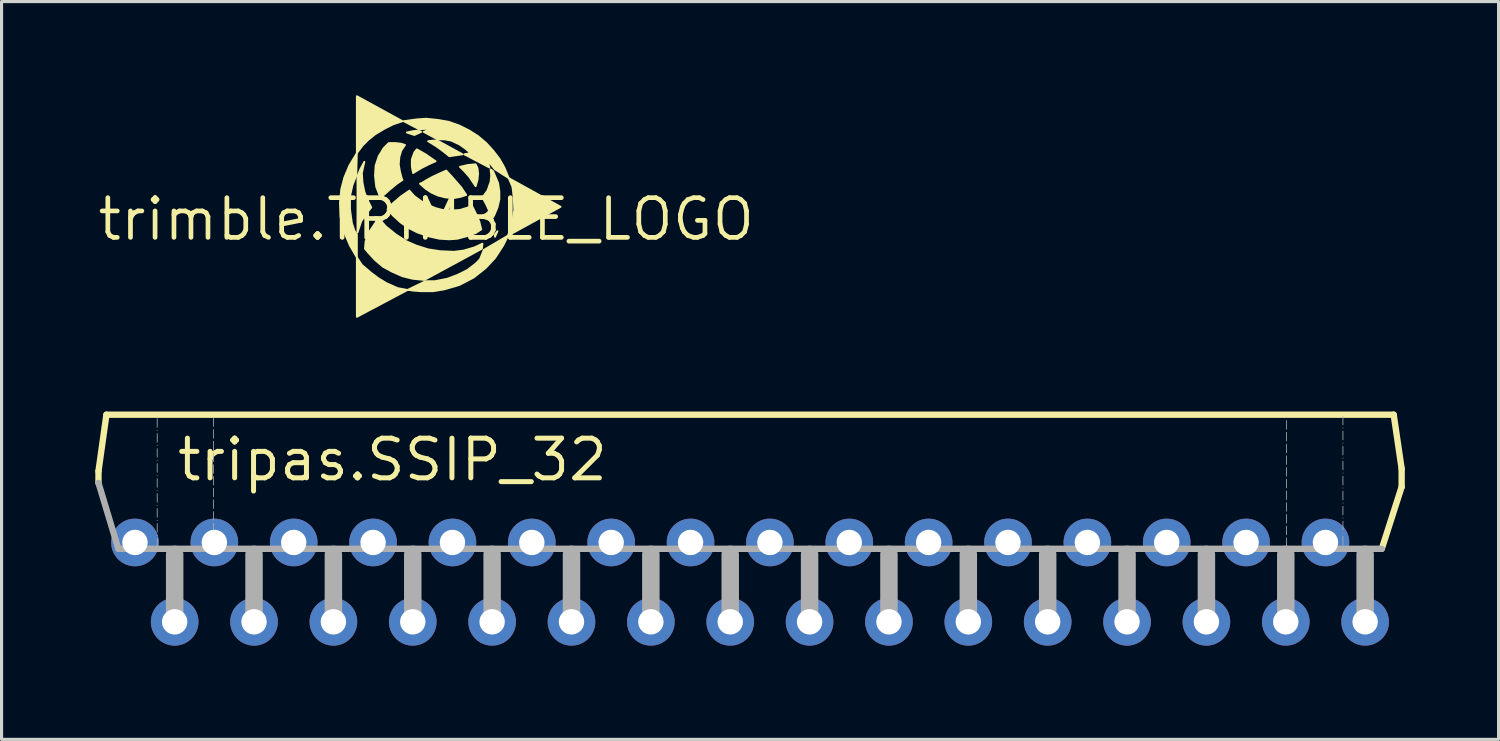
<source format=kicad_pcb>
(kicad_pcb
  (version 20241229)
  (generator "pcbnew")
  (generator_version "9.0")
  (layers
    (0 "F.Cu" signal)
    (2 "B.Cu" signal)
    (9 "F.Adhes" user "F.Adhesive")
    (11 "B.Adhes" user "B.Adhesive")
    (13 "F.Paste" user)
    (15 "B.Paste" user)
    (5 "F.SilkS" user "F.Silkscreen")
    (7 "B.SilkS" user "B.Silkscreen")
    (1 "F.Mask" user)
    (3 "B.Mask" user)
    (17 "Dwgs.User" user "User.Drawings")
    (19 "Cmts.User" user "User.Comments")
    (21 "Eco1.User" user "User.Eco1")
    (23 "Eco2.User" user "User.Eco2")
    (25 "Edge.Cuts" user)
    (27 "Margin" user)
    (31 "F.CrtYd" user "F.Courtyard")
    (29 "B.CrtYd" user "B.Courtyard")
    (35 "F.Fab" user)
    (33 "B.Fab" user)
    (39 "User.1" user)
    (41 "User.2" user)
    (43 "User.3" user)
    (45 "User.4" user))
  (footprint "tripas.SSIP_32"
    (layer "F.Cu")
    (at 20.955 16.851)
    (property "Reference" "tripas.SSIP_32" (at -18.415 -4.445 0) (layer "F.SilkS") (effects (font (size 1.27 1.27) (thickness 0.16)) (justify left bottom)))
    (attr through_hole)
    (fp_line (start -20.853 -4.826) (end -20.599 -6.629) (stroke (width 0.203) (type default)) (layer "F.SilkS"))
    (fp_line (start -20.853 -4.445) (end -20.853 -4.826) (stroke (width 0.203) (type default)) (layer "F.SilkS"))
    (fp_line (start -20.599 -6.629) (end 20.599 -6.629) (stroke (width 0.203) (type default)) (layer "F.SilkS"))
    (fp_line (start 20.599 -6.629) (end 20.853 -4.902) (stroke (width 0.203) (type default)) (layer "F.SilkS"))
    (fp_line (start 20.853 -4.902) (end 20.853 -4.318) (stroke (width 0.203) (type default)) (layer "F.SilkS"))
    (fp_line (start 20.853 -4.318) (end 20.218 -2.337) (stroke (width 0.203) (type default)) (layer "F.SilkS"))
    (fp_line (start -20.218 -2.337) (end -20.853 -4.445) (stroke (width 0.203) (type default)) (layer "F.Fab"))
    (fp_line (start -18.974 -2.388) (end -18.974 -6.579) (stroke (width 0.025) (type dash_dot)) (layer "F.Fab"))
    (fp_line (start -18.415 0) (end -18.415 -2.159) (stroke (width 0.559) (type default)) (layer "F.Fab"))
    (fp_line (start -17.17 -6.528) (end -17.17 -2.388) (stroke (width 0.025) (type dash)) (layer "F.Fab"))
    (fp_line (start -15.875 0) (end -15.875 -2.159) (stroke (width 0.559) (type default)) (layer "F.Fab"))
    (fp_line (start -13.335 0) (end -13.335 -2.159) (stroke (width 0.559) (type default)) (layer "F.Fab"))
    (fp_line (start -10.795 0) (end -10.795 -2.159) (stroke (width 0.559) (type default)) (layer "F.Fab"))
    (fp_line (start -8.255 0) (end -8.255 -2.159) (stroke (width 0.559) (type default)) (layer "F.Fab"))
    (fp_line (start -5.715 0) (end -5.715 -2.159) (stroke (width 0.559) (type default)) (layer "F.Fab"))
    (fp_line (start -3.175 0) (end -3.175 -2.159) (stroke (width 0.559) (type default)) (layer "F.Fab"))
    (fp_line (start -0.635 0) (end -0.635 -2.159) (stroke (width 0.559) (type default)) (layer "F.Fab"))
    (fp_line (start 1.905 0) (end 1.905 -2.159) (stroke (width 0.559) (type default)) (layer "F.Fab"))
    (fp_line (start 4.445 0) (end 4.445 -2.159) (stroke (width 0.559) (type default)) (layer "F.Fab"))
    (fp_line (start 6.985 0) (end 6.985 -2.159) (stroke (width 0.559) (type default)) (layer "F.Fab"))
    (fp_line (start 9.525 0) (end 9.525 -2.159) (stroke (width 0.559) (type default)) (layer "F.Fab"))
    (fp_line (start 12.065 0) (end 12.065 -2.159) (stroke (width 0.559) (type default)) (layer "F.Fab"))
    (fp_line (start 14.605 0) (end 14.605 -2.159) (stroke (width 0.559) (type default)) (layer "F.Fab"))
    (fp_line (start 17.145 0) (end 17.145 -2.159) (stroke (width 0.559) (type default)) (layer "F.Fab"))
    (fp_line (start 17.17 -2.413) (end 17.17 -6.553) (stroke (width 0.025) (type dash)) (layer "F.Fab"))
    (fp_line (start 18.974 -6.579) (end 18.974 -2.388) (stroke (width 0.025) (type dash_dot)) (layer "F.Fab"))
    (fp_line (start 19.685 0) (end 19.685 -2.159) (stroke (width 0.559) (type default)) (layer "F.Fab"))
    (fp_line (start 20.218 -2.337) (end -20.218 -2.337) (stroke (width 0.203) (type default)) (layer "F.Fab"))
    (pad "1" thru_hole circle (at -19.685 -2.54) (size 1.524 1.524) (drill 0.813) (layers "*.Cu" "*.Mask"))
    (pad "2" thru_hole circle (at -18.415 0) (size 1.524 1.524) (drill 0.813) (layers "*.Cu" "*.Mask"))
    (pad "3" thru_hole circle (at -17.145 -2.54) (size 1.524 1.524) (drill 0.813) (layers "*.Cu" "*.Mask"))
    (pad "4" thru_hole circle (at -15.875 0) (size 1.524 1.524) (drill 0.813) (layers "*.Cu" "*.Mask"))
    (pad "5" thru_hole circle (at -14.605 -2.54) (size 1.524 1.524) (drill 0.813) (layers "*.Cu" "*.Mask"))
    (pad "6" thru_hole circle (at -13.335 0) (size 1.524 1.524) (drill 0.813) (layers "*.Cu" "*.Mask"))
    (pad "7" thru_hole circle (at -12.065 -2.54) (size 1.524 1.524) (drill 0.813) (layers "*.Cu" "*.Mask"))
    (pad "8" thru_hole circle (at -10.795 0) (size 1.524 1.524) (drill 0.813) (layers "*.Cu" "*.Mask"))
    (pad "9" thru_hole circle (at -9.525 -2.54) (size 1.524 1.524) (drill 0.813) (layers "*.Cu" "*.Mask"))
    (pad "10" thru_hole circle (at -8.255 0) (size 1.524 1.524) (drill 0.813) (layers "*.Cu" "*.Mask"))
    (pad "11" thru_hole circle (at -6.985 -2.54) (size 1.524 1.524) (drill 0.813) (layers "*.Cu" "*.Mask"))
    (pad "12" thru_hole circle (at -5.715 0) (size 1.524 1.524) (drill 0.813) (layers "*.Cu" "*.Mask"))
    (pad "13" thru_hole circle (at -4.445 -2.54) (size 1.524 1.524) (drill 0.813) (layers "*.Cu" "*.Mask"))
    (pad "14" thru_hole circle (at -3.175 0) (size 1.524 1.524) (drill 0.813) (layers "*.Cu" "*.Mask"))
    (pad "15" thru_hole circle (at -1.905 -2.54) (size 1.524 1.524) (drill 0.813) (layers "*.Cu" "*.Mask"))
    (pad "16" thru_hole circle (at -0.635 0) (size 1.524 1.524) (drill 0.813) (layers "*.Cu" "*.Mask"))
    (pad "17" thru_hole circle (at 0.635 -2.54) (size 1.524 1.524) (drill 0.813) (layers "*.Cu" "*.Mask"))
    (pad "18" thru_hole circle (at 1.905 0) (size 1.524 1.524) (drill 0.813) (layers "*.Cu" "*.Mask"))
    (pad "19" thru_hole circle (at 3.175 -2.54) (size 1.524 1.524) (drill 0.813) (layers "*.Cu" "*.Mask"))
    (pad "20" thru_hole circle (at 4.445 0) (size 1.524 1.524) (drill 0.813) (layers "*.Cu" "*.Mask"))
    (pad "21" thru_hole circle (at 5.715 -2.54) (size 1.524 1.524) (drill 0.813) (layers "*.Cu" "*.Mask"))
    (pad "22" thru_hole circle (at 6.985 0) (size 1.524 1.524) (drill 0.813) (layers "*.Cu" "*.Mask"))
    (pad "23" thru_hole circle (at 8.255 -2.54) (size 1.524 1.524) (drill 0.813) (layers "*.Cu" "*.Mask"))
    (pad "24" thru_hole circle (at 9.525 0) (size 1.524 1.524) (drill 0.813) (layers "*.Cu" "*.Mask"))
    (pad "25" thru_hole circle (at 10.795 -2.54) (size 1.524 1.524) (drill 0.813) (layers "*.Cu" "*.Mask"))
    (pad "26" thru_hole circle (at 12.065 0) (size 1.524 1.524) (drill 0.813) (layers "*.Cu" "*.Mask"))
    (pad "27" thru_hole circle (at 13.335 -2.54) (size 1.524 1.524) (drill 0.813) (layers "*.Cu" "*.Mask"))
    (pad "28" thru_hole circle (at 14.605 0) (size 1.524 1.524) (drill 0.813) (layers "*.Cu" "*.Mask"))
    (pad "29" thru_hole circle (at 15.875 -2.54) (size 1.524 1.524) (drill 0.813) (layers "*.Cu" "*.Mask"))
    (pad "30" thru_hole circle (at 17.145 0) (size 1.524 1.524) (drill 0.813) (layers "*.Cu" "*.Mask"))
    (pad "31" thru_hole circle (at 18.415 -2.54) (size 1.524 1.524) (drill 0.813) (layers "*.Cu" "*.Mask"))
    (pad "32" thru_hole circle (at 19.685 0) (size 1.524 1.524) (drill 0.813) (layers "*.Cu" "*.Mask")))
  (footprint "trimble.TRIMBLE_LOGO"
    (layer "F.Cu")
    (at 10.591 3.967)
    (property "Reference" "trimble.TRIMBLE_LOGO" (at 0 0 0) (layer "F.SilkS") (effects (font (size 1.27 1.27) (thickness 0.15))))
    (fp_poly (pts (xy 2.2 0.562) (xy 2.2 0.482) (xy 2.28 0.383)) (stroke (width 0.06) (type default)) (fill yes) (layer "F.SilkS"))
    (fp_poly (pts (xy -0.62 -2.777) (xy -0.38 -2.697) (xy -0.16 -2.797) (xy -0.26 -2.837) (xy -0.44 -2.817)) (stroke (width 0.06) (type default)) (fill yes) (layer "F.SilkS"))
    (fp_poly (pts (xy 0.06 -2.498) (xy 0.32 -2.337) (xy 0.54 -2.178) (xy 0.74 -2.018) (xy 1.16 -2.078) (xy 0.36 -2.518) (xy 0.22 -2.518)) (stroke (width 0.06) (type default)) (fill yes) (layer "F.SilkS"))
    (fp_poly (pts (xy 2.64 -1.317) (xy 4.3 -0.398) (xy 2.62 0.522) (xy 2.74 0.142) (xy 2.82 -0.297) (xy 2.8 -0.698) (xy 2.76 -1.038)) (stroke (width 0.06) (type default)) (fill yes) (layer "F.SilkS"))
    (fp_poly (pts (xy -2.22 -2.118) (xy -2.22 -3.938) (xy -0.76 -3.138) (xy -1.06 -3.038) (xy -1.34 -2.897) (xy -1.64 -2.717) (xy -1.86 -2.538) (xy -2.04 -2.357)) (stroke (width 0.06) (type default)) (fill yes) (layer "F.SilkS"))
    (fp_poly (pts (xy -2.22 1.222) (xy -2.22 3.123) (xy -0.6 2.263) (xy -0.92 2.203) (xy -1.28 2.042) (xy -1.54 1.883) (xy -1.78 1.702) (xy -2.06 1.462)) (stroke (width 0.06) (type default)) (fill yes) (layer "F.SilkS"))
    (fp_poly (pts (xy 1.58 -1.058) (xy 1.38 -1.357) (xy 1.22 -1.538) (xy 1.08 -1.677) (xy 1.34 -1.738) (xy 1.58 -1.758) (xy 1.64 -1.637) (xy 1.66 -1.458) (xy 1.64 -1.258)) (stroke (width 0.06) (type default)) (fill yes) (layer "F.SilkS"))
    (fp_poly (pts (xy -0.3 -2.237) (xy -0.02 -2.078) (xy 0.18 -1.938) (xy 0.3 -1.857) (xy 0.08 -1.758) (xy -0.16 -1.637) (xy -0.42 -1.478) (xy -0.46 -1.677) (xy -0.46 -1.917) (xy -0.38 -2.138)) (stroke (width 0.06) (type default)) (fill yes) (layer "F.SilkS"))
    (fp_poly (pts (xy -2.2 -1.377) (xy -2.1 -1.617) (xy -1.98 -1.837) (xy -2.06 -1.478) (xy -2.04 -1.177) (xy -1.98 -0.877) (xy -1.88 -0.618) (xy -1.76 -0.378) (xy -1.92 -0.177) (xy -2.08 0.062) (xy -2.2 0.422)) (stroke (width 0.06) (type default)) (fill yes) (layer "F.SilkS"))
    (fp_poly (pts (xy 1.8 -0.698) (xy 1.96 -0.917) (xy 2.06 -1.198) (xy 2.08 -1.397) (xy 2.06 -1.597) (xy 2.14 -1.538) (xy 2.2 -1.397) (xy 2.3 -1.157) (xy 2.34 -0.897) (xy 2.34 -0.637) (xy 2.28 -0.378) (xy 2.18 -0.138) (xy 2.1 0.003) (xy 2.02 -0.258) (xy 1.92 -0.477)) (stroke (width 0.06) (type default)) (fill yes) (layer "F.SilkS"))
    (fp_poly (pts (xy -2.22 -2.118) (xy -2.24 -1.397) (xy -2.36 -1.097) (xy -2.44 -0.738) (xy -2.44 -0.318) (xy -2.38 0.122) (xy -2.3 0.362) (xy -2.22 0.482) (xy -2.22 1.222) (xy -2.44 0.843) (xy -2.62 0.422) (xy -2.74 -0.058) (xy -2.76 -0.517) (xy -2.72 -0.958) (xy -2.62 -1.337) (xy -2.46 -1.718)) (stroke (width 0.06) (type default)) (fill yes) (layer "F.SilkS"))
    (fp_poly (pts (xy -0.18 -1.137) (xy 0.02 -1.258) (xy 0.2 -1.357) (xy 0.46 -1.478) (xy 0.64 -1.558) (xy 0.86 -1.317) (xy 1.12 -1.018) (xy 1.28 -0.777) (xy 1.1 -0.718) (xy 0.88 -0.677) (xy 0.62 -0.698) (xy 0.38 -0.757) (xy 0.16 -0.858) (xy -0.02 -0.978) (xy -0.2 -1.137) (xy -0.16 -1.157)) (stroke (width 0.06) (type default)) (fill yes) (layer "F.SilkS"))
    (fp_poly (pts (xy -1.46 -0.677) (xy -1.6 -1.038) (xy -1.64 -1.397) (xy -1.62 -1.718) (xy -1.52 -2.018) (xy -1.36 -2.277) (xy -1.2 -2.438) (xy -0.98 -2.438) (xy -0.8 -2.417) (xy -0.68 -2.377) (xy -0.8 -2.197) (xy -0.86 -1.998) (xy -0.88 -1.758) (xy -0.84 -1.518) (xy -0.78 -1.298) (xy -0.76 -1.258) (xy -0.94 -1.137) (xy -1.18 -0.938) (xy -1.36 -0.777) (xy -1.46 -0.698)) (stroke (width 0.06) (type default)) (fill yes) (layer "F.SilkS"))
    (fp_poly (pts (xy -0.6 2.263) (xy -0.02 1.982) (xy 0.28 1.982) (xy 0.68 1.903) (xy 1 1.782) (xy 1.32 1.623) (xy 1.58 1.423) (xy 1.72 1.282) (xy 1.84 0.983) (xy 2.62 0.522) (xy 2.46 0.843) (xy 2.2 1.242) (xy 1.9 1.562) (xy 1.52 1.863) (xy 1.06 2.103) (xy 0.58 2.243) (xy 0.22 2.303) (xy -0.16 2.303) (xy -0.42 2.283) (xy -0.54 2.263)) (stroke (width 0.06) (type default)) (fill yes) (layer "F.SilkS"))
    (fp_poly (pts (xy -1.96 0.943) (xy -1.94 0.703) (xy -1.82 0.403) (xy -1.66 0.163) (xy -1.52 -0.037) (xy -1.3 0.223) (xy -0.98 0.482) (xy -0.64 0.703) (xy -0.32 0.843) (xy 0.06 0.963) (xy 0.44 1.022) (xy 0.88 1.042) (xy 1.2 1.002) (xy 1.54 0.902) (xy 1.8 0.782) (xy 1.78 0.943) (xy -0.06 1.942) (xy -0.44 1.903) (xy -0.76 1.823) (xy -1.08 1.683) (xy -1.38 1.522) (xy -1.64 1.302) (xy -1.86 1.062)) (stroke (width 0.06) (type default)) (fill yes) (layer "F.SilkS"))
    (fp_poly (pts (xy -1.24 -0.318) (xy -1.06 -0.517) (xy -0.8 -0.738) (xy -0.54 -0.917) (xy -0.38 -0.738) (xy -0.16 -0.578) (xy 0.1 -0.438) (xy 0.3 -0.357) (xy 0.52 -0.297) (xy 0.78 -0.278) (xy 1.08 -0.297) (xy 1.34 -0.378) (xy 1.46 -0.438) (xy 1.6 -0.158) (xy 1.7 0.083) (xy 1.76 0.323) (xy 1.58 0.443) (xy 1.3 0.542) (xy 1 0.623) (xy 0.74 0.642) (xy 0.42 0.623) (xy 0.06 0.542) (xy -0.28 0.422) (xy -0.56 0.282) (xy -0.82 0.102) (xy -1.06 -0.117)) (stroke (width 0.06) (type default)) (fill yes) (layer "F.SilkS"))
    (fp_poly (pts (xy -0.72 -3.138) (xy -0.22 -2.877) (xy 0 -2.897) (xy 0.06 -2.897) (xy 0.06 -2.857) (xy -0.08 -2.797) (xy 0.36 -2.558) (xy 0.58 -2.558) (xy 0.8 -2.518) (xy 1.06 -2.397) (xy 1.26 -2.257) (xy 1.42 -2.118) (xy 1.22 -2.078) (xy 2.02 -1.657) (xy 1.96 -1.897) (xy 2.2 -1.597) (xy 2.64 -1.317) (xy 2.5 -1.657) (xy 2.34 -1.938) (xy 2.14 -2.197) (xy 1.92 -2.438) (xy 1.66 -2.658) (xy 1.38 -2.837) (xy 1.06 -2.998) (xy 0.72 -3.118) (xy 0.38 -3.178) (xy 0 -3.217) (xy -0.3 -3.197)) (stroke (width 0.06) (type default)) (fill yes) (layer "F.SilkS")))
  (gr_rect
    (start -3 -3)
    (end 44.91 20.613)
    (stroke (width 0.1) (type default))
    (fill no)
    (layer "Edge.Cuts")))
</source>
